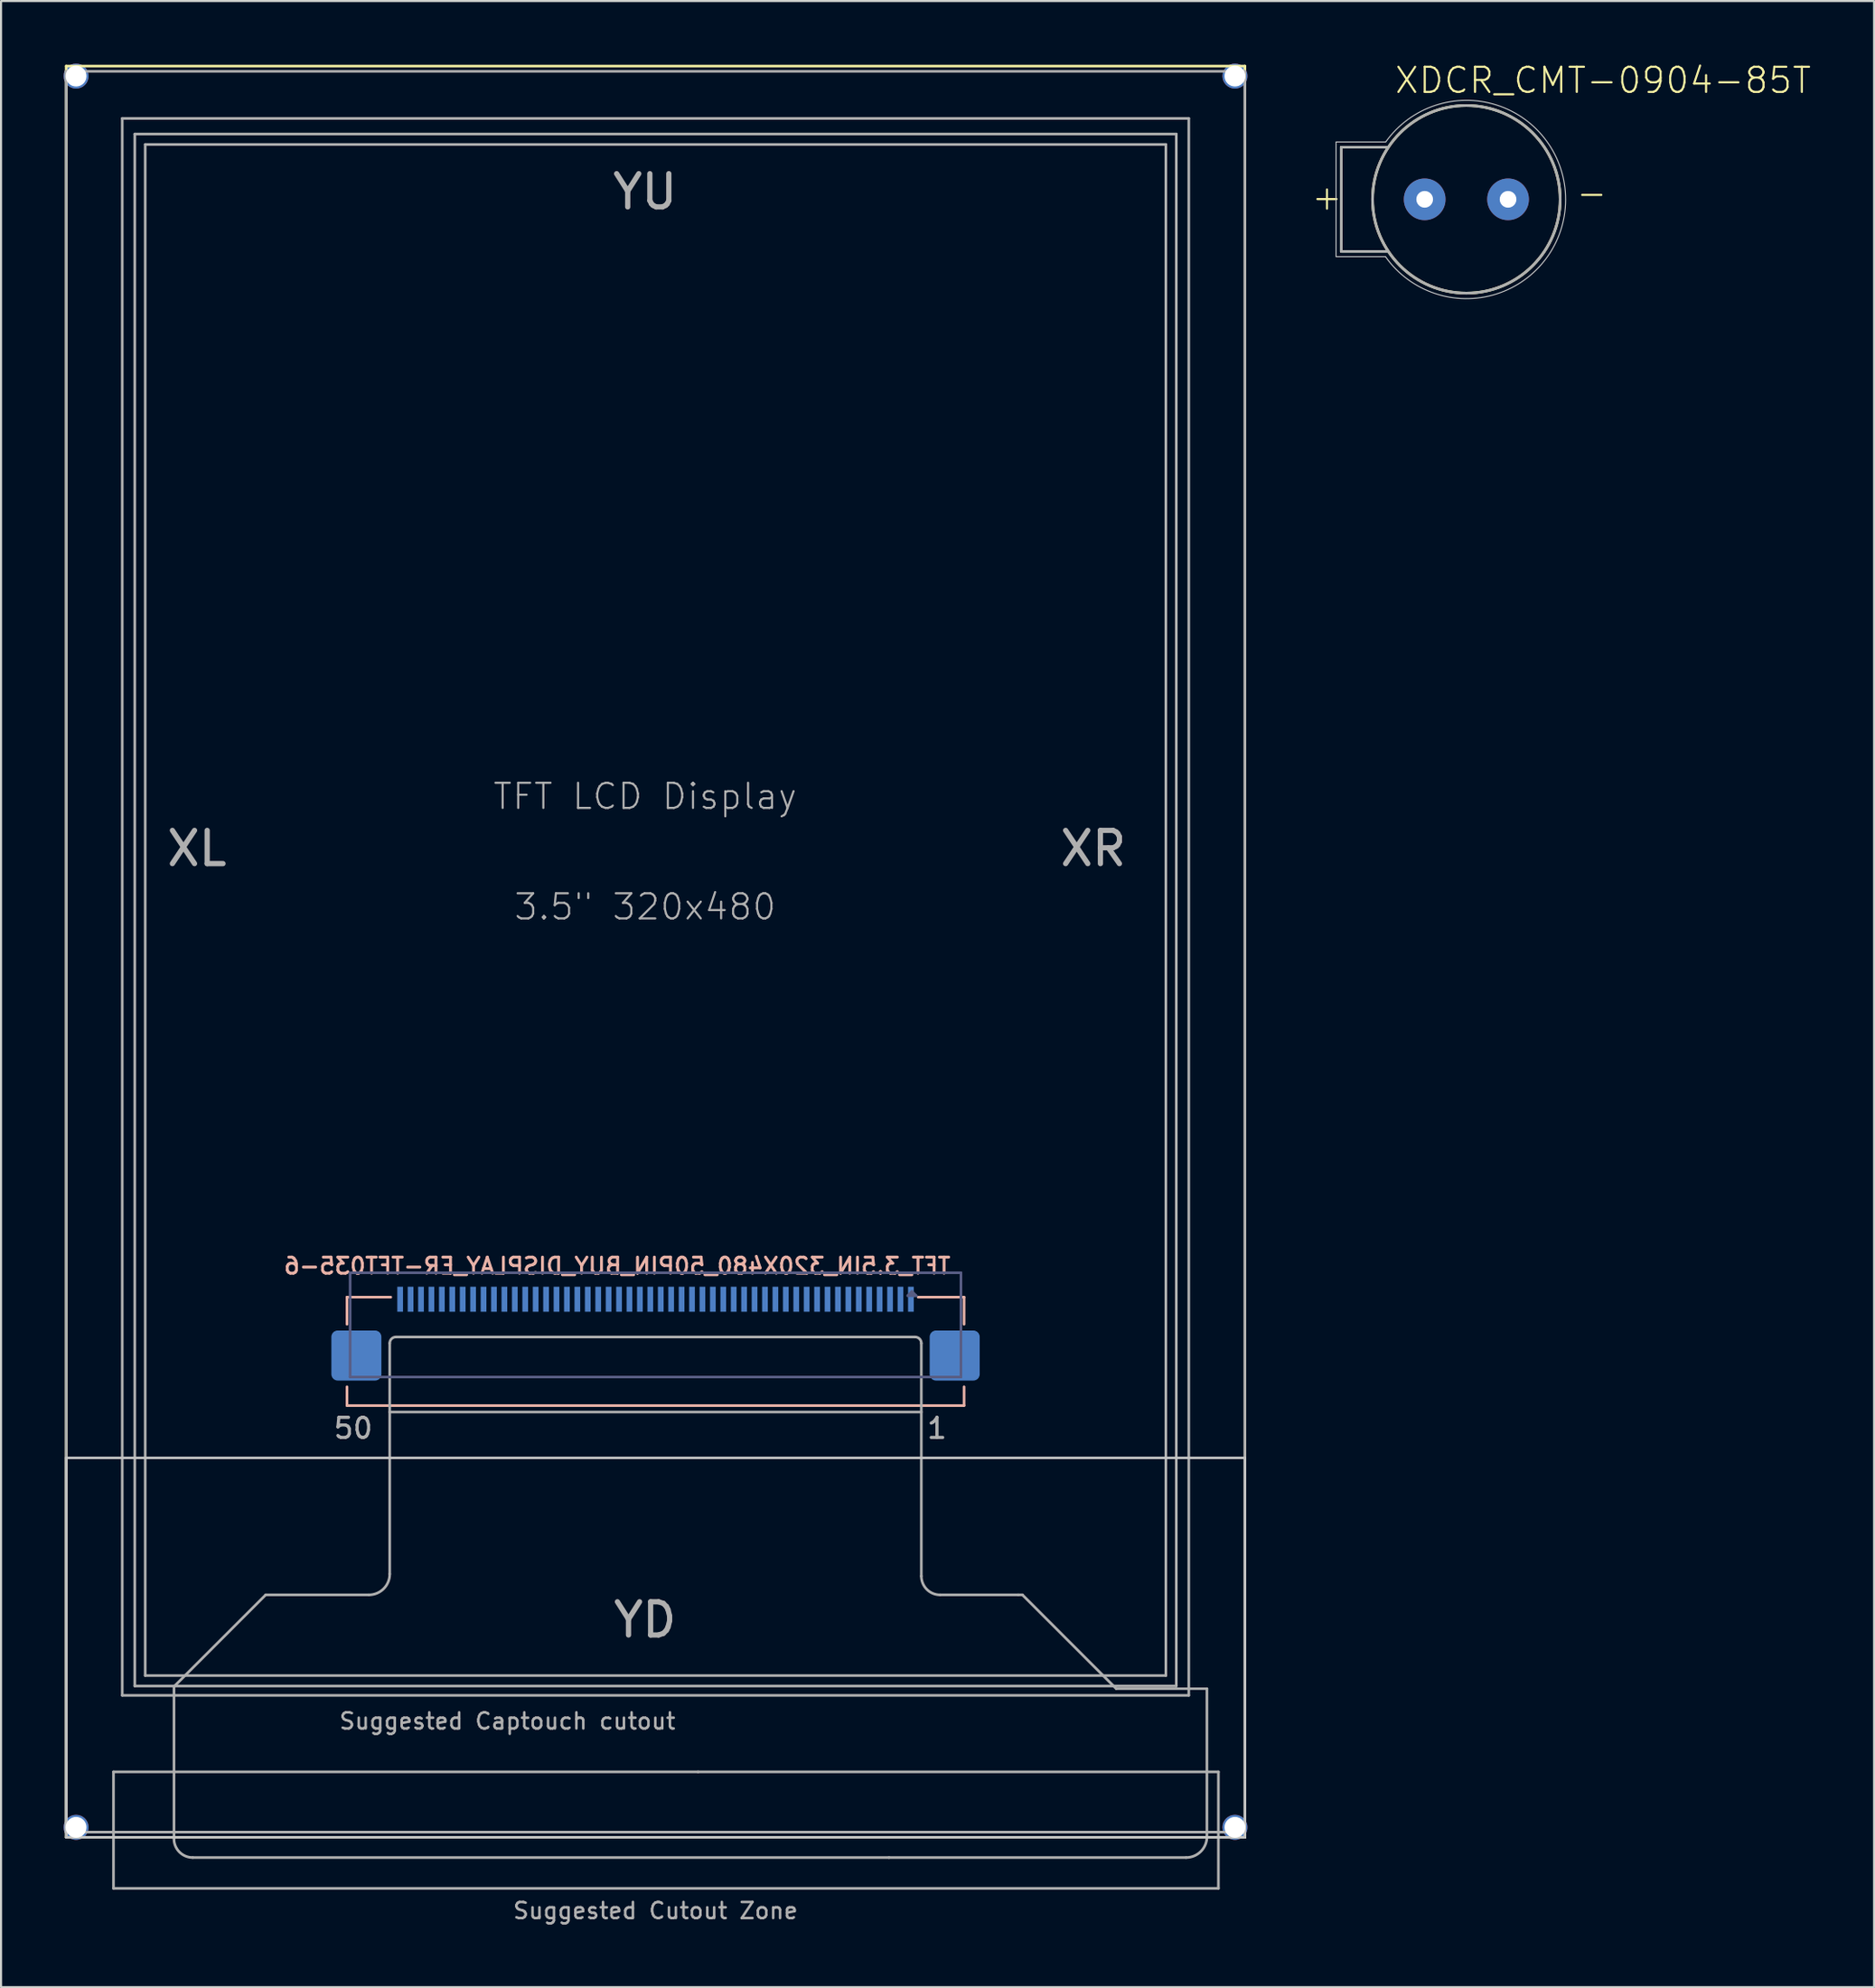
<source format=kicad_pcb>
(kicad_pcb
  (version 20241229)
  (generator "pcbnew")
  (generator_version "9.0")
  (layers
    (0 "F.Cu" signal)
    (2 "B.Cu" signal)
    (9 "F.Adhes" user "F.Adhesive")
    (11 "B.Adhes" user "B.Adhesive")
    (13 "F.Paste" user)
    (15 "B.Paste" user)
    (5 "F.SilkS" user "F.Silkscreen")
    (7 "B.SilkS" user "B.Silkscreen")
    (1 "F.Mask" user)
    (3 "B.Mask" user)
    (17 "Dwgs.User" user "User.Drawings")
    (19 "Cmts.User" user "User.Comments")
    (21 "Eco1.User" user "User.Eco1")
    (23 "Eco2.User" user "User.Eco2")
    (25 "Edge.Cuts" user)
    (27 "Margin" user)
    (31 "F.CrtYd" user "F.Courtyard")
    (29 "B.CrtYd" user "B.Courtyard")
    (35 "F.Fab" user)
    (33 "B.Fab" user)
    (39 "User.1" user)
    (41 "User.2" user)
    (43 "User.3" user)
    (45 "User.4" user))
  (footprint "XDCR_CMT-0904-85T"
    (layer "F.Cu")
    (at 67.29 6.511)
    (property "Reference" "XDCR_CMT-0904-85T" (at -3.5 -5 0) (layer "F.SilkS") (effects (font (size 1.206 1.206) (thickness 0.102)) (justify left bottom)))
    (attr through_hole)
    (fp_line (start -6 -2.5) (end -3.75 -2.5) (stroke (width 0.127) (type solid)) (layer "F.SilkS"))
    (fp_line (start -6 2.5) (end -6 -2.5) (stroke (width 0.127) (type solid)) (layer "F.SilkS"))
    (fp_line (start -3.75 2.5) (end -6 2.5) (stroke (width 0.127) (type solid)) (layer "F.SilkS"))
    (fp_circle (center 0 0) (end 4.5 0) (stroke (width 0.127) (type solid)) (fill no) (layer "F.SilkS"))
    (fp_line (start -6.25 -2.75) (end -3.87 -2.75) (stroke (width 0.05) (type solid)) (layer "Dwgs.User"))
    (fp_line (start -6.25 2.75) (end -6.25 -2.75) (stroke (width 0.05) (type solid)) (layer "Dwgs.User"))
    (fp_line (start -3.88 2.75) (end -6.25 2.75) (stroke (width 0.05) (type solid)) (layer "Dwgs.User"))
    (fp_arc (start -3.87 -2.75) (mid 4.7614 0.015702) (end -3.88 2.75) (stroke (width 0.05) (type solid)) (layer "Dwgs.User"))
    (fp_line (start -6 -2.5) (end -3.75 -2.5) (stroke (width 0.127) (type solid)) (layer "F.Fab"))
    (fp_line (start -6 2.5) (end -6 -2.5) (stroke (width 0.127) (type solid)) (layer "F.Fab"))
    (fp_line (start -3.75 2.5) (end -6 2.5) (stroke (width 0.127) (type solid)) (layer "F.Fab"))
    (fp_circle (center 0 0) (end 4.5 0) (stroke (width 0.127) (type solid)) (fill no) (layer "F.Fab"))
    (fp_text user "-" (at 5.2 0.4 0) (layer "F.SilkS") (effects (font (size 1.206 1.206) (thickness 0.102)) (justify left bottom)))
    (fp_text user "+" (at -7.5 0.6 0) (layer "F.SilkS") (effects (font (size 1.206 1.206) (thickness 0.102)) (justify left bottom)))
    (pad "N" thru_hole circle (at 2 0) (size 2 2) (drill 0.8) (layers "*.Cu" "*.Mask"))
    (pad "P" thru_hole circle (at -2 0) (size 2 2) (drill 0.8) (layers "*.Cu" "*.Mask")))
  (footprint "TFT_3.5IN_320X480_50PIN_BUY_DISPLAY_ER-TFT035-6"
    (layer "F.Cu")
    (at 28.395 42.6)
    (property "Reference" "TFT_3.5IN_320X480_50PIN_BUY_DISPLAY_ER-TFT035-6" (at 14.226 15.523 180) (layer "B.SilkS") (effects (font (size 0.772 0.772) (thickness 0.139)) (justify left bottom mirror)))
    (attr through_hole)
    (fp_line (start -28.27 -42.48) (end 28.27 -42.48) (stroke (width 0.127) (type solid)) (layer "F.SilkS"))
    (fp_line (start -28.27 42.48) (end -28.27 -42.48) (stroke (width 0.127) (type solid)) (layer "F.SilkS"))
    (fp_line (start 28.27 -42.48) (end 28.27 42.48) (stroke (width 0.127) (type solid)) (layer "F.SilkS"))
    (fp_line (start 28.27 42.48) (end -28.27 42.48) (stroke (width 0.127) (type solid)) (layer "F.SilkS"))
    (fp_line (start -14.8 16.57) (end -14.8 17.87) (stroke (width 0.127) (type solid)) (layer "B.SilkS"))
    (fp_line (start -14.8 21.77) (end -14.8 20.87) (stroke (width 0.127) (type solid)) (layer "B.SilkS"))
    (fp_line (start -12.7 16.57) (end -14.8 16.57) (stroke (width 0.127) (type solid)) (layer "B.SilkS"))
    (fp_line (start 12.6 16.57) (end 14.8 16.57) (stroke (width 0.127) (type solid)) (layer "B.SilkS"))
    (fp_line (start 14.8 16.57) (end 14.8 17.87) (stroke (width 0.127) (type solid)) (layer "B.SilkS"))
    (fp_line (start 14.8 20.87) (end 14.8 21.77) (stroke (width 0.127) (type solid)) (layer "B.SilkS"))
    (fp_line (start 14.8 21.77) (end -14.8 21.77) (stroke (width 0.127) (type solid)) (layer "B.SilkS"))
    (fp_line (start -28.27 24.28) (end 28.27 24.28) (stroke (width 0.12) (type solid)) (layer "Dwgs.User"))
    (fp_line (start -28.27 42.48) (end -28.27 24.28) (stroke (width 0.12) (type solid)) (layer "Dwgs.User"))
    (fp_line (start 28.27 24.28) (end 28.27 42.48) (stroke (width 0.12) (type solid)) (layer "Dwgs.User"))
    (fp_line (start 28.27 42.48) (end -28.27 42.48) (stroke (width 0.12) (type solid)) (layer "Dwgs.User"))
    (fp_line (start -14.65 15.4) (end -14.65 20.4) (stroke (width 0.127) (type solid)) (layer "B.Fab"))
    (fp_line (start 12.1 16.5) (end 12.4 16.5) (stroke (width 0.127) (type solid)) (layer "B.Fab"))
    (fp_line (start 12.3 16.3) (end 12.1 16.5) (stroke (width 0.127) (type solid)) (layer "B.Fab"))
    (fp_line (start 12.4 16.5) (end 12.3 16.4) (stroke (width 0.127) (type solid)) (layer "B.Fab"))
    (fp_line (start 12.5 16.5) (end 12.3 16.3) (stroke (width 0.127) (type solid)) (layer "B.Fab"))
    (fp_line (start 12.5 16.5) (end 12.4 16.5) (stroke (width 0.127) (type solid)) (layer "B.Fab"))
    (fp_line (start 14.65 15.4) (end -14.65 15.4) (stroke (width 0.127) (type solid)) (layer "B.Fab"))
    (fp_line (start 14.65 20.4) (end -14.65 20.4) (stroke (width 0.127) (type solid)) (layer "B.Fab"))
    (fp_line (start 14.65 20.4) (end 14.65 15.4) (stroke (width 0.127) (type solid)) (layer "B.Fab"))
    (fp_line (start -28.27 -42.23) (end 28.27 -42.23) (stroke (width 0.127) (type solid)) (layer "F.Fab"))
    (fp_line (start -28.27 42.23) (end -28.27 -42.23) (stroke (width 0.127) (type solid)) (layer "F.Fab"))
    (fp_line (start -26 39.34) (end 2.04 39.34) (stroke (width 0.127) (type solid)) (layer "F.Fab"))
    (fp_line (start -26 44.928) (end -26 39.34) (stroke (width 0.127) (type solid)) (layer "F.Fab"))
    (fp_line (start -25.58 -39.97) (end 25.58 -39.97) (stroke (width 0.127) (type solid)) (layer "F.Fab"))
    (fp_line (start -25.58 35.67) (end -25.58 -39.97) (stroke (width 0.127) (type solid)) (layer "F.Fab"))
    (fp_line (start -24.98 -39.22) (end 24.98 -39.22) (stroke (width 0.127) (type solid)) (layer "F.Fab"))
    (fp_line (start -24.98 35.22) (end -24.98 -39.22) (stroke (width 0.127) (type solid)) (layer "F.Fab"))
    (fp_line (start -24.48 -38.72) (end -24.48 34.72) (stroke (width 0.127) (type solid)) (layer "F.Fab"))
    (fp_line (start -24.48 -38.72) (end 24.48 -38.72) (stroke (width 0.127) (type solid)) (layer "F.Fab"))
    (fp_line (start -24.48 34.72) (end 24.48 34.72) (stroke (width 0.127) (type solid)) (layer "F.Fab"))
    (fp_line (start -23.1 35.25) (end -18.7 30.85) (stroke (width 0.127) (type solid)) (layer "F.Fab"))
    (fp_line (start -23.1 42.55) (end -23.1 35.25) (stroke (width 0.127) (type solid)) (layer "F.Fab"))
    (fp_line (start -18.7 30.85) (end -13.75 30.85) (stroke (width 0.127) (type solid)) (layer "F.Fab"))
    (fp_line (start -12.75 22.08) (end 12.75 22.08) (stroke (width 0.127) (type solid)) (layer "F.Fab"))
    (fp_line (start -12.75 29.85) (end -12.75 18.78) (stroke (width 0.127) (type solid)) (layer "F.Fab"))
    (fp_line (start -12.45 18.48) (end 12.45 18.48) (stroke (width 0.127) (type solid)) (layer "F.Fab"))
    (fp_line (start 2.04 39.34) (end 27 39.34) (stroke (width 0.127) (type solid)) (layer "F.Fab"))
    (fp_line (start 11.2 43.45) (end -22.2 43.45) (stroke (width 0.127) (type solid)) (layer "F.Fab"))
    (fp_line (start 12.75 18.78) (end 12.75 29.95) (stroke (width 0.127) (type solid)) (layer "F.Fab"))
    (fp_line (start 13.65 30.85) (end 17.4 30.85) (stroke (width 0.127) (type solid)) (layer "F.Fab"))
    (fp_line (start 17.4 30.85) (end 17.6 30.85) (stroke (width 0.127) (type solid)) (layer "F.Fab"))
    (fp_line (start 17.6 30.85) (end 22.1 35.35) (stroke (width 0.127) (type solid)) (layer "F.Fab"))
    (fp_line (start 24.48 -38.72) (end 24.48 34.72) (stroke (width 0.127) (type solid)) (layer "F.Fab"))
    (fp_line (start 24.98 -39.22) (end 24.98 35.22) (stroke (width 0.127) (type solid)) (layer "F.Fab"))
    (fp_line (start 24.98 35.22) (end -24.98 35.22) (stroke (width 0.127) (type solid)) (layer "F.Fab"))
    (fp_line (start 25.45 43.45) (end 11.2 43.45) (stroke (width 0.127) (type solid)) (layer "F.Fab"))
    (fp_line (start 25.58 -39.97) (end 25.58 35.67) (stroke (width 0.127) (type solid)) (layer "F.Fab"))
    (fp_line (start 25.58 35.67) (end -25.58 35.67) (stroke (width 0.127) (type solid)) (layer "F.Fab"))
    (fp_line (start 26.45 35.35) (end 22.1 35.35) (stroke (width 0.12) (type solid)) (layer "F.Fab"))
    (fp_line (start 26.45 35.35) (end 26.45 42.45) (stroke (width 0.127) (type solid)) (layer "F.Fab"))
    (fp_line (start 27 39.34) (end 27 44.928) (stroke (width 0.127) (type solid)) (layer "F.Fab"))
    (fp_line (start 27 44.928) (end -26 44.928) (stroke (width 0.127) (type solid)) (layer "F.Fab"))
    (fp_line (start 28.27 -42.23) (end 28.27 42.23) (stroke (width 0.127) (type solid)) (layer "F.Fab"))
    (fp_line (start 28.27 42.23) (end -28.27 42.23) (stroke (width 0.127) (type solid)) (layer "F.Fab"))
    (fp_arc (start -22.2 43.45) (mid -22.836396 43.186396) (end -23.1 42.55) (stroke (width 0.127) (type solid)) (layer "F.Fab"))
    (fp_arc (start -12.75 18.78) (mid -12.662132 18.567868) (end -12.45 18.48) (stroke (width 0.127) (type solid)) (layer "F.Fab"))
    (fp_arc (start -12.75 29.85) (mid -13.042893 30.557107) (end -13.75 30.85) (stroke (width 0.127) (type solid)) (layer "F.Fab"))
    (fp_arc (start 12.45 18.48) (mid 12.662132 18.567868) (end 12.75 18.78) (stroke (width 0.127) (type solid)) (layer "F.Fab"))
    (fp_arc (start 13.65 30.85) (mid 13.013604 30.586396) (end 12.75 29.95) (stroke (width 0.127) (type solid)) (layer "F.Fab"))
    (fp_arc (start 26.45 42.45) (mid 26.157107 43.157107) (end 25.45 43.45) (stroke (width 0.127) (type solid)) (layer "F.Fab"))
    (fp_text user "1" (at 13.5 22.86 0) (layer "F.Fab") (effects (font (size 0.965 0.965) (thickness 0.152))))
    (fp_text user "XR" (at 21 -4.95 0) (layer "F.Fab") (effects (font (size 1.593 1.593) (thickness 0.251))))
    (fp_text user "XL" (at -22 -4.95 0) (layer "F.Fab") (effects (font (size 1.593 1.593) (thickness 0.251))))
    (fp_text user "Suggested Captouch cutout" (at -7.104 36.906 0) (layer "F.Fab") (effects (font (size 0.772 0.772) (thickness 0.122))))
    (fp_text user "3.5\" 320x480" (at -0.5 -2.15 0) (layer "F.Fab") (effects (font (size 1.206 1.206) (thickness 0.102))))
    (fp_text user "YD" (at -0.5 32.05 0) (layer "F.Fab") (effects (font (size 1.593 1.593) (thickness 0.251))))
    (fp_text user "50" (at -14.5 22.86 0) (layer "F.Fab") (effects (font (size 0.965 0.965) (thickness 0.152))))
    (fp_text user "YU" (at -0.5 -36.45 0) (layer "F.Fab") (effects (font (size 1.593 1.593) (thickness 0.251))))
    (fp_text user "Suggested Cutout Zone" (at 0 46 0) (layer "F.Fab") (effects (font (size 0.772 0.772) (thickness 0.122))))
    (fp_text user "TFT LCD Display" (at -0.5 -7.45 0) (layer "F.Fab") (effects (font (size 1.206 1.206) (thickness 0.102))))
    (pad "" np_thru_hole circle (at -27.795 -42) (size 1.2 1.2) (drill 1) (layers "*.Cu" "*.Mask"))
    (pad "" np_thru_hole circle (at -27.795 42) (size 1.2 1.2) (drill 1) (layers "*.Cu" "*.Mask"))
    (pad "" np_thru_hole circle (at 27.795 -42) (size 1.2 1.2) (drill 1) (layers "*.Cu" "*.Mask"))
    (pad "" np_thru_hole circle (at 27.795 42) (size 1.2 1.2) (drill 1) (layers "*.Cu" "*.Mask"))
    (pad "1" smd rect (at 12.25 16.67 180) (size 0.275 1.2) (layers "B.Cu" "B.Mask" "B.Paste"))
    (pad "2" smd rect (at 11.75 16.67 180) (size 0.275 1.2) (layers "B.Cu" "B.Mask" "B.Paste"))
    (pad "3" smd rect (at 11.25 16.67 180) (size 0.275 1.2) (layers "B.Cu" "B.Mask" "B.Paste"))
    (pad "4" smd rect (at 10.75 16.67 180) (size 0.275 1.2) (layers "B.Cu" "B.Mask" "B.Paste"))
    (pad "5" smd rect (at 10.25 16.67 180) (size 0.275 1.2) (layers "B.Cu" "B.Mask" "B.Paste"))
    (pad "6" smd rect (at 9.75 16.67 180) (size 0.275 1.2) (layers "B.Cu" "B.Mask" "B.Paste"))
    (pad "7" smd rect (at 9.25 16.67 180) (size 0.275 1.2) (layers "B.Cu" "B.Mask" "B.Paste"))
    (pad "8" smd rect (at 8.75 16.67 180) (size 0.275 1.2) (layers "B.Cu" "B.Mask" "B.Paste"))
    (pad "9" smd rect (at 8.25 16.67 180) (size 0.275 1.2) (layers "B.Cu" "B.Mask" "B.Paste"))
    (pad "10" smd rect (at 7.75 16.67 180) (size 0.275 1.2) (layers "B.Cu" "B.Mask" "B.Paste"))
    (pad "11" smd rect (at 7.25 16.67 180) (size 0.275 1.2) (layers "B.Cu" "B.Mask" "B.Paste"))
    (pad "12" smd rect (at 6.75 16.67 180) (size 0.275 1.2) (layers "B.Cu" "B.Mask" "B.Paste"))
    (pad "13" smd rect (at 6.25 16.67 180) (size 0.275 1.2) (layers "B.Cu" "B.Mask" "B.Paste"))
    (pad "14" smd rect (at 5.75 16.67 180) (size 0.275 1.2) (layers "B.Cu" "B.Mask" "B.Paste"))
    (pad "15" smd rect (at 5.25 16.67 180) (size 0.275 1.2) (layers "B.Cu" "B.Mask" "B.Paste"))
    (pad "16" smd rect (at 4.75 16.67 180) (size 0.275 1.2) (layers "B.Cu" "B.Mask" "B.Paste"))
    (pad "17" smd rect (at 4.25 16.67 180) (size 0.275 1.2) (layers "B.Cu" "B.Mask" "B.Paste"))
    (pad "18" smd rect (at 3.75 16.67 180) (size 0.275 1.2) (layers "B.Cu" "B.Mask" "B.Paste"))
    (pad "19" smd rect (at 3.25 16.67 180) (size 0.275 1.2) (layers "B.Cu" "B.Mask" "B.Paste"))
    (pad "20" smd rect (at 2.75 16.67 180) (size 0.275 1.2) (layers "B.Cu" "B.Mask" "B.Paste"))
    (pad "21" smd rect (at 2.25 16.67 180) (size 0.275 1.2) (layers "B.Cu" "B.Mask" "B.Paste"))
    (pad "22" smd rect (at 1.75 16.67 180) (size 0.275 1.2) (layers "B.Cu" "B.Mask" "B.Paste"))
    (pad "23" smd rect (at 1.25 16.67 180) (size 0.275 1.2) (layers "B.Cu" "B.Mask" "B.Paste"))
    (pad "24" smd rect (at 0.75 16.67 180) (size 0.275 1.2) (layers "B.Cu" "B.Mask" "B.Paste"))
    (pad "25" smd rect (at 0.25 16.67 180) (size 0.275 1.2) (layers "B.Cu" "B.Mask" "B.Paste"))
    (pad "26" smd rect (at -0.25 16.67 180) (size 0.275 1.2) (layers "B.Cu" "B.Mask" "B.Paste"))
    (pad "27" smd rect (at -0.75 16.67 180) (size 0.275 1.2) (layers "B.Cu" "B.Mask" "B.Paste"))
    (pad "28" smd rect (at -1.25 16.67 180) (size 0.275 1.2) (layers "B.Cu" "B.Mask" "B.Paste"))
    (pad "29" smd rect (at -1.75 16.67 180) (size 0.275 1.2) (layers "B.Cu" "B.Mask" "B.Paste"))
    (pad "30" smd rect (at -2.25 16.67 180) (size 0.275 1.2) (layers "B.Cu" "B.Mask" "B.Paste"))
    (pad "31" smd rect (at -2.75 16.67 180) (size 0.275 1.2) (layers "B.Cu" "B.Mask" "B.Paste"))
    (pad "32" smd rect (at -3.25 16.67 180) (size 0.275 1.2) (layers "B.Cu" "B.Mask" "B.Paste"))
    (pad "33" smd rect (at -3.75 16.67 180) (size 0.275 1.2) (layers "B.Cu" "B.Mask" "B.Paste"))
    (pad "34" smd rect (at -4.25 16.67 180) (size 0.275 1.2) (layers "B.Cu" "B.Mask" "B.Paste"))
    (pad "35" smd rect (at -4.75 16.67 180) (size 0.275 1.2) (layers "B.Cu" "B.Mask" "B.Paste"))
    (pad "36" smd rect (at -5.25 16.67 180) (size 0.275 1.2) (layers "B.Cu" "B.Mask" "B.Paste"))
    (pad "37" smd rect (at -5.75 16.67 180) (size 0.275 1.2) (layers "B.Cu" "B.Mask" "B.Paste"))
    (pad "38" smd rect (at -6.25 16.67 180) (size 0.275 1.2) (layers "B.Cu" "B.Mask" "B.Paste"))
    (pad "39" smd rect (at -6.75 16.67 180) (size 0.275 1.2) (layers "B.Cu" "B.Mask" "B.Paste"))
    (pad "40" smd rect (at -7.25 16.67 180) (size 0.275 1.2) (layers "B.Cu" "B.Mask" "B.Paste"))
    (pad "41" smd rect (at -7.75 16.67 180) (size 0.275 1.2) (layers "B.Cu" "B.Mask" "B.Paste"))
    (pad "42" smd rect (at -8.25 16.67 180) (size 0.275 1.2) (layers "B.Cu" "B.Mask" "B.Paste"))
    (pad "43" smd rect (at -8.75 16.67 180) (size 0.275 1.2) (layers "B.Cu" "B.Mask" "B.Paste"))
    (pad "44" smd rect (at -9.25 16.67 180) (size 0.275 1.2) (layers "B.Cu" "B.Mask" "B.Paste"))
    (pad "45" smd rect (at -9.75 16.67 180) (size 0.275 1.2) (layers "B.Cu" "B.Mask" "B.Paste"))
    (pad "46" smd rect (at -10.25 16.67 180) (size 0.275 1.2) (layers "B.Cu" "B.Mask" "B.Paste"))
    (pad "47" smd rect (at -10.75 16.67 180) (size 0.275 1.2) (layers "B.Cu" "B.Mask" "B.Paste"))
    (pad "48" smd rect (at -11.25 16.67 180) (size 0.275 1.2) (layers "B.Cu" "B.Mask" "B.Paste"))
    (pad "49" smd rect (at -11.75 16.67 180) (size 0.275 1.2) (layers "B.Cu" "B.Mask" "B.Paste"))
    (pad "50" smd rect (at -12.25 16.67 180) (size 0.275 1.2) (layers "B.Cu" "B.Mask" "B.Paste"))
    (pad "PAD1" smd roundrect (at 14.35 19.37 180) (size 2.4 2.4) (layers "B.Cu" "B.Mask" "B.Paste") (roundrect_rratio 0.125))
    (pad "PAD2" smd roundrect (at -14.35 19.37 180) (size 2.4 2.4) (layers "B.Cu" "B.Mask" "B.Paste") (roundrect_rratio 0.125)))
  (gr_rect
    (start -3 -3)
    (end 86.847 92.266)
    (stroke (width 0.1) (type default))
    (fill no)
    (layer "Edge.Cuts")))
</source>
